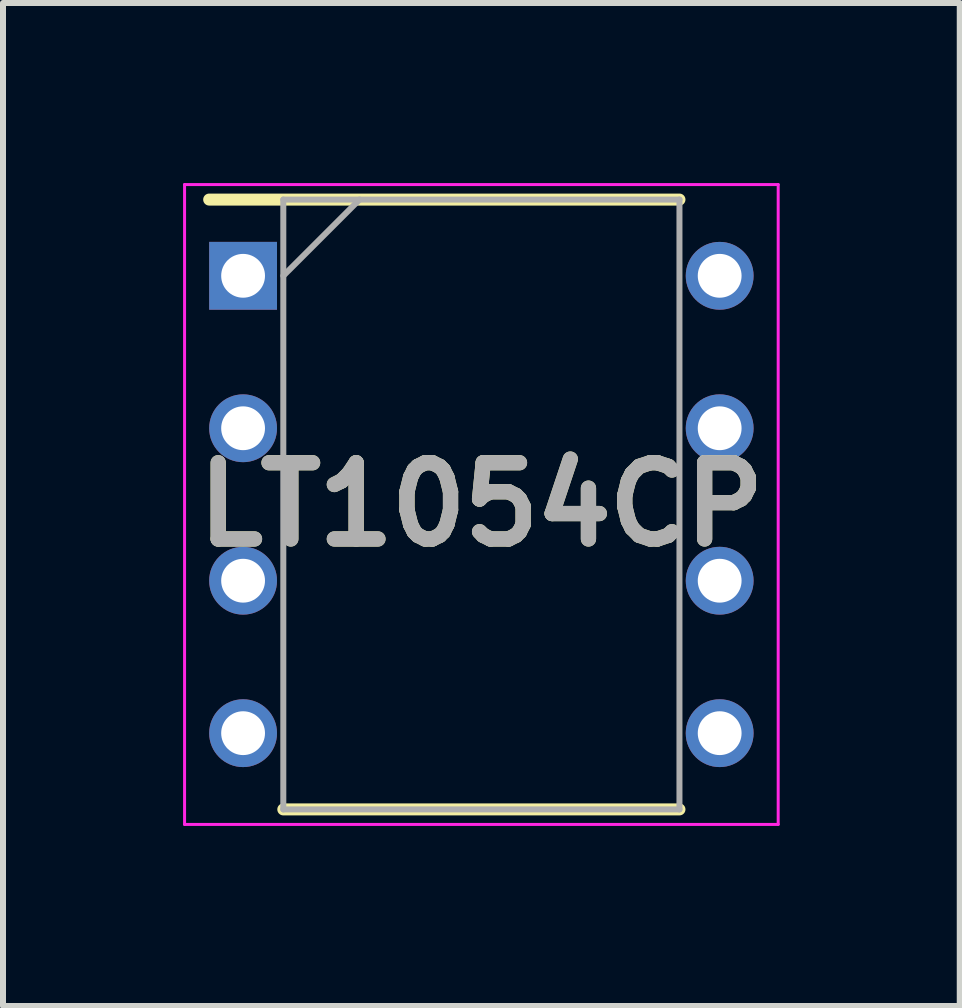
<source format=kicad_pcb>
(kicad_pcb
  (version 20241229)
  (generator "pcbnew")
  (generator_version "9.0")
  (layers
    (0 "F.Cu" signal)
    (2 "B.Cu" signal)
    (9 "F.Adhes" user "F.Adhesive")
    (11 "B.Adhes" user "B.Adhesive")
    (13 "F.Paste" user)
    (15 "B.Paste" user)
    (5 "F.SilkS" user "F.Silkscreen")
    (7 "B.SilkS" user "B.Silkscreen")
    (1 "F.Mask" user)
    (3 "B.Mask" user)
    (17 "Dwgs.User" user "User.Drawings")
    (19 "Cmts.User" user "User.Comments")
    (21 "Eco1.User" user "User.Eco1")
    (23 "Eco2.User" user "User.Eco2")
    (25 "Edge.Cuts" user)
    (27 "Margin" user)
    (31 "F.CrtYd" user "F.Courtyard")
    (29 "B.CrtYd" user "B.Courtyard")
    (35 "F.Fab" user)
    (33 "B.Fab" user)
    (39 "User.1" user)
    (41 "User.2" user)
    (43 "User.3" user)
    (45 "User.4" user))
  (footprint "LT1054CP"
    (layer "F.Cu")
    (at 4.97 5.355)
    (property "Reference" "LT1054CP" (at 0 0 0) (layer "F.SilkS") (effects (font (size 1.27 1.27) (thickness 0.254))))
    (attr through_hole)
    (fp_line (start -4.535 -5.08) (end 3.3 -5.08) (stroke (width 0.2) (type solid)) (layer "F.SilkS"))
    (fp_line (start -3.3 5.08) (end 3.3 5.08) (stroke (width 0.2) (type solid)) (layer "F.SilkS"))
    (fp_line (start -4.945 -5.33) (end 4.945 -5.33) (stroke (width 0.05) (type solid)) (layer "F.CrtYd"))
    (fp_line (start -4.945 5.33) (end -4.945 -5.33) (stroke (width 0.05) (type solid)) (layer "F.CrtYd"))
    (fp_line (start 4.945 -5.33) (end 4.945 5.33) (stroke (width 0.05) (type solid)) (layer "F.CrtYd"))
    (fp_line (start 4.945 5.33) (end -4.945 5.33) (stroke (width 0.05) (type solid)) (layer "F.CrtYd"))
    (fp_line (start -3.3 -5.08) (end 3.3 -5.08) (stroke (width 0.1) (type solid)) (layer "F.Fab"))
    (fp_line (start -3.3 -3.81) (end -2.03 -5.08) (stroke (width 0.1) (type solid)) (layer "F.Fab"))
    (fp_line (start -3.3 5.08) (end -3.3 -5.08) (stroke (width 0.1) (type solid)) (layer "F.Fab"))
    (fp_line (start 3.3 -5.08) (end 3.3 5.08) (stroke (width 0.1) (type solid)) (layer "F.Fab"))
    (fp_line (start 3.3 5.08) (end -3.3 5.08) (stroke (width 0.1) (type solid)) (layer "F.Fab"))
    (fp_text user "${REFERENCE}" (at 0 0 0) (layer "F.Fab") (effects (font (size 1.27 1.27) (thickness 0.254))))
    (pad "1" thru_hole rect (at -3.97 -3.81) (size 1.13 1.13) (drill 0.73) (layers "*.Cu" "*.Mask"))
    (pad "2" thru_hole circle (at -3.97 -1.27) (size 1.13 1.13) (drill 0.73) (layers "*.Cu" "*.Mask"))
    (pad "3" thru_hole circle (at -3.97 1.27) (size 1.13 1.13) (drill 0.73) (layers "*.Cu" "*.Mask"))
    (pad "4" thru_hole circle (at -3.97 3.81) (size 1.13 1.13) (drill 0.73) (layers "*.Cu" "*.Mask"))
    (pad "5" thru_hole circle (at 3.97 3.81) (size 1.13 1.13) (drill 0.73) (layers "*.Cu" "*.Mask"))
    (pad "6" thru_hole circle (at 3.97 1.27) (size 1.13 1.13) (drill 0.73) (layers "*.Cu" "*.Mask"))
    (pad "7" thru_hole circle (at 3.97 -1.27) (size 1.13 1.13) (drill 0.73) (layers "*.Cu" "*.Mask"))
    (pad "8" thru_hole circle (at 3.97 -3.81) (size 1.13 1.13) (drill 0.73) (layers "*.Cu" "*.Mask")))
  (gr_rect
    (start -3 -3)
    (end 12.94 13.71)
    (stroke (width 0.1) (type default))
    (fill no)
    (layer "Edge.Cuts")))
</source>
